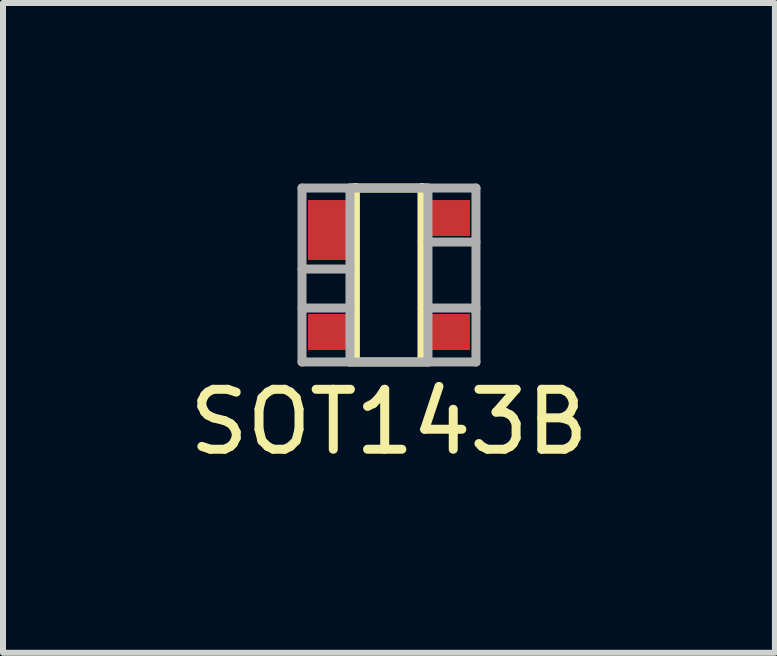
<source format=kicad_pcb>
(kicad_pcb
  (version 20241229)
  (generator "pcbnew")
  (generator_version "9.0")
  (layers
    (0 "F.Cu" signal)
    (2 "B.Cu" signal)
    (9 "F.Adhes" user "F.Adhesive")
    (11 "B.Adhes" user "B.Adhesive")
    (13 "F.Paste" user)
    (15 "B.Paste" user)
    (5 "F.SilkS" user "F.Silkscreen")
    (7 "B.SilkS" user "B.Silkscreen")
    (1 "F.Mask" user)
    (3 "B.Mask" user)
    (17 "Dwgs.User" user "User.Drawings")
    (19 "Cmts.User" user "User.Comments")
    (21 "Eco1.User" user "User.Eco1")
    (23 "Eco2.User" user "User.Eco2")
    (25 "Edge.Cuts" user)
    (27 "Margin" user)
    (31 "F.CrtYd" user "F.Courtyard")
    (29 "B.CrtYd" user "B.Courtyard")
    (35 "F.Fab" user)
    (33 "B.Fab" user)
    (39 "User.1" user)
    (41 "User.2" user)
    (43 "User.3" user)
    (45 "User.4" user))
  (footprint "SOT143B"
    (layer "F.Cu")
    (at 3.435 1.535)
    (property "Reference" "SOT143B" (at 0 2.45 0) (layer "F.SilkS") (effects (font (size 1 1) (thickness 0.15))))
    (attr smd)
    (fp_line (start -0.65 1.45) (end 0.65 1.45) (stroke (width 0.15) (type solid)) (layer "F.SilkS"))
    (fp_line (start -0.56 -1.46) (end -0.56 1.44) (stroke (width 0.15) (type solid)) (layer "F.SilkS"))
    (fp_line (start 0.55 -1.46) (end 0.55 1.44) (stroke (width 0.15) (type solid)) (layer "F.SilkS"))
    (fp_line (start 0.65 -1.45) (end -0.65 -1.45) (stroke (width 0.15) (type solid)) (layer "F.SilkS"))
    (fp_line (start -1.45 -1.45) (end 1.45 -1.45) (stroke (width 0.15) (type solid)) (layer "F.Fab"))
    (fp_line (start -1.45 0.55) (end -0.65 0.55) (stroke (width 0.15) (type solid)) (layer "F.Fab"))
    (fp_line (start -1.45 1.45) (end -1.45 -1.45) (stroke (width 0.15) (type solid)) (layer "F.Fab"))
    (fp_line (start -0.65 -0.1) (end -1.45 -0.1) (stroke (width 0.15) (type solid)) (layer "F.Fab"))
    (fp_line (start -0.65 1.45) (end -0.65 -1.45) (stroke (width 0.15) (type solid)) (layer "F.Fab"))
    (fp_line (start 0.65 -1.45) (end 0.65 1.45) (stroke (width 0.15) (type solid)) (layer "F.Fab"))
    (fp_line (start 0.65 -0.55) (end 1.45 -0.55) (stroke (width 0.15) (type solid)) (layer "F.Fab"))
    (fp_line (start 1.45 -1.45) (end 1.45 1.45) (stroke (width 0.15) (type solid)) (layer "F.Fab"))
    (fp_line (start 1.45 0.55) (end 0.65 0.55) (stroke (width 0.15) (type solid)) (layer "F.Fab"))
    (fp_line (start 1.45 1.45) (end -1.45 1.45) (stroke (width 0.15) (type solid)) (layer "F.Fab"))
    (pad "1" smd rect (at -1 -0.75 270) (size 1 0.7) (layers "F.Cu" "F.Mask" "F.Paste"))
    (pad "2" smd rect (at -1 0.95 270) (size 0.6 0.7) (layers "F.Cu" "F.Mask" "F.Paste"))
    (pad "3" smd rect (at 1 0.95 270) (size 0.6 0.7) (layers "F.Cu" "F.Mask" "F.Paste"))
    (pad "4" smd rect (at 1 -0.95 270) (size 0.6 0.7) (layers "F.Cu" "F.Mask" "F.Paste")))
  (gr_rect
    (start -3 -3)
    (end 9.869 7.833)
    (stroke (width 0.1) (type default))
    (fill no)
    (layer "Edge.Cuts")))
</source>
